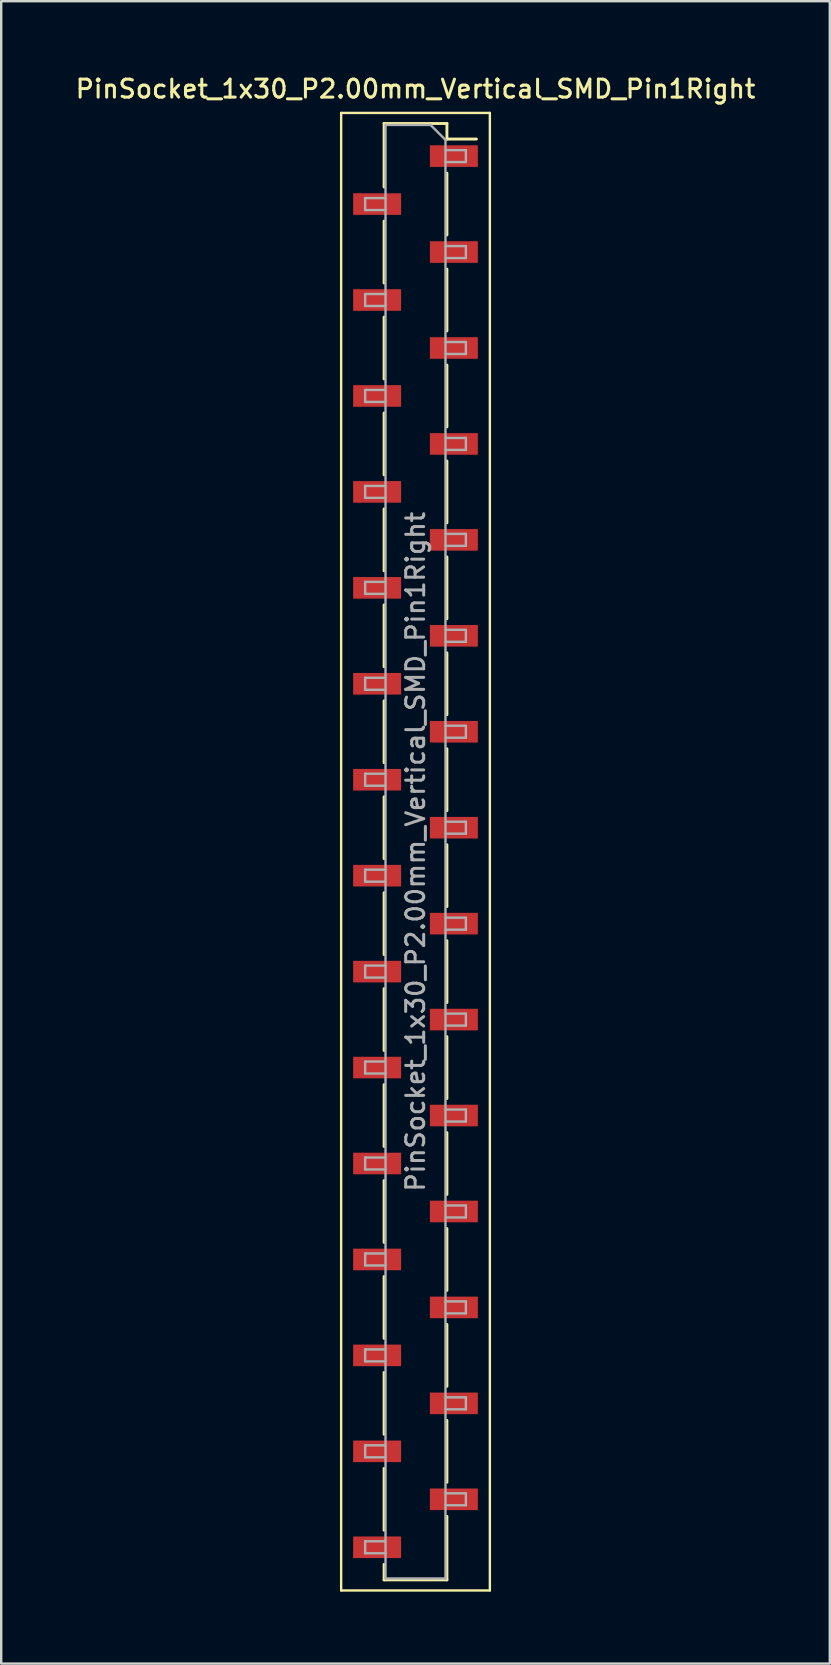
<source format=kicad_pcb>
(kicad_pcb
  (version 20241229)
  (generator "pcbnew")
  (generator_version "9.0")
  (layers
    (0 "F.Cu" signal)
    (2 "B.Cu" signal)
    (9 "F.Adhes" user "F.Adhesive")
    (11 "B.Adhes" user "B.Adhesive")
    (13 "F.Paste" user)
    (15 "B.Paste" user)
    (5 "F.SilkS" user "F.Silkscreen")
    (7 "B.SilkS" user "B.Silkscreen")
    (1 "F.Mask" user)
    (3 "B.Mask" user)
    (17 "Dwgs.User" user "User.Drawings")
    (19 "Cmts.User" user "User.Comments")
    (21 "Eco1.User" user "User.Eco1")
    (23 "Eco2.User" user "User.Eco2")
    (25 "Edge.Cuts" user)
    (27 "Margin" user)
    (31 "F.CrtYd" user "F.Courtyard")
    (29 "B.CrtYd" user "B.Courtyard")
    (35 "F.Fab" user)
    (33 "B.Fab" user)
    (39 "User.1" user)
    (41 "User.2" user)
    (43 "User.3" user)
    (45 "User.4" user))
  (footprint "PinSocket_1x30_P2.00mm_Vertical_SMD_Pin1Right"
    (layer "F.Cu")
    (at 14.273 32.458)
    (property "Reference" "PinSocket_1x30_P2.00mm_Vertical_SMD_Pin1Right" (at 0 -31.8 0) (layer "F.SilkS") (effects (font (size 0.75 0.75) (thickness 0.125))))
    (attr smd)
    (fp_line (start -3.1 -30.8) (end 3.1 -30.8) (stroke (width 0.1) (type solid)) (layer "F.SilkS"))
    (fp_line (start -3.1 30.8) (end -3.1 -30.8) (stroke (width 0.1) (type solid)) (layer "F.SilkS"))
    (fp_line (start -1.31 -30.36) (end -1.31 -27.71) (stroke (width 0.12) (type solid)) (layer "F.SilkS"))
    (fp_line (start -1.31 -30.36) (end 1.31 -30.36) (stroke (width 0.12) (type solid)) (layer "F.SilkS"))
    (fp_line (start -1.31 -26.29) (end -1.31 -23.71) (stroke (width 0.12) (type solid)) (layer "F.SilkS"))
    (fp_line (start -1.31 -22.29) (end -1.31 -19.71) (stroke (width 0.12) (type solid)) (layer "F.SilkS"))
    (fp_line (start -1.31 -18.29) (end -1.31 -15.71) (stroke (width 0.12) (type solid)) (layer "F.SilkS"))
    (fp_line (start -1.31 -14.29) (end -1.31 -11.71) (stroke (width 0.12) (type solid)) (layer "F.SilkS"))
    (fp_line (start -1.31 -10.29) (end -1.31 -7.71) (stroke (width 0.12) (type solid)) (layer "F.SilkS"))
    (fp_line (start -1.31 -6.29) (end -1.31 -3.71) (stroke (width 0.12) (type solid)) (layer "F.SilkS"))
    (fp_line (start -1.31 -2.29) (end -1.31 0.29) (stroke (width 0.12) (type solid)) (layer "F.SilkS"))
    (fp_line (start -1.31 1.71) (end -1.31 4.29) (stroke (width 0.12) (type solid)) (layer "F.SilkS"))
    (fp_line (start -1.31 5.71) (end -1.31 8.29) (stroke (width 0.12) (type solid)) (layer "F.SilkS"))
    (fp_line (start -1.31 9.71) (end -1.31 12.29) (stroke (width 0.12) (type solid)) (layer "F.SilkS"))
    (fp_line (start -1.31 13.71) (end -1.31 16.29) (stroke (width 0.12) (type solid)) (layer "F.SilkS"))
    (fp_line (start -1.31 17.71) (end -1.31 20.29) (stroke (width 0.12) (type solid)) (layer "F.SilkS"))
    (fp_line (start -1.31 21.71) (end -1.31 24.29) (stroke (width 0.12) (type solid)) (layer "F.SilkS"))
    (fp_line (start -1.31 25.71) (end -1.31 28.29) (stroke (width 0.12) (type solid)) (layer "F.SilkS"))
    (fp_line (start -1.31 29.71) (end -1.31 30.36) (stroke (width 0.12) (type solid)) (layer "F.SilkS"))
    (fp_line (start -1.31 30.36) (end 1.31 30.36) (stroke (width 0.12) (type solid)) (layer "F.SilkS"))
    (fp_line (start 1.31 -30.36) (end 1.31 -29.71) (stroke (width 0.12) (type solid)) (layer "F.SilkS"))
    (fp_line (start 1.31 -29.71) (end 2.54 -29.71) (stroke (width 0.12) (type solid)) (layer "F.SilkS"))
    (fp_line (start 1.31 -28.29) (end 1.31 -25.71) (stroke (width 0.12) (type solid)) (layer "F.SilkS"))
    (fp_line (start 1.31 -24.29) (end 1.31 -21.71) (stroke (width 0.12) (type solid)) (layer "F.SilkS"))
    (fp_line (start 1.31 -20.29) (end 1.31 -17.71) (stroke (width 0.12) (type solid)) (layer "F.SilkS"))
    (fp_line (start 1.31 -16.29) (end 1.31 -13.71) (stroke (width 0.12) (type solid)) (layer "F.SilkS"))
    (fp_line (start 1.31 -12.29) (end 1.31 -9.71) (stroke (width 0.12) (type solid)) (layer "F.SilkS"))
    (fp_line (start 1.31 -8.29) (end 1.31 -5.71) (stroke (width 0.12) (type solid)) (layer "F.SilkS"))
    (fp_line (start 1.31 -4.29) (end 1.31 -1.71) (stroke (width 0.12) (type solid)) (layer "F.SilkS"))
    (fp_line (start 1.31 -0.29) (end 1.31 2.29) (stroke (width 0.12) (type solid)) (layer "F.SilkS"))
    (fp_line (start 1.31 3.71) (end 1.31 6.29) (stroke (width 0.12) (type solid)) (layer "F.SilkS"))
    (fp_line (start 1.31 7.71) (end 1.31 10.29) (stroke (width 0.12) (type solid)) (layer "F.SilkS"))
    (fp_line (start 1.31 11.71) (end 1.31 14.29) (stroke (width 0.12) (type solid)) (layer "F.SilkS"))
    (fp_line (start 1.31 15.71) (end 1.31 18.29) (stroke (width 0.12) (type solid)) (layer "F.SilkS"))
    (fp_line (start 1.31 19.71) (end 1.31 22.29) (stroke (width 0.12) (type solid)) (layer "F.SilkS"))
    (fp_line (start 1.31 23.71) (end 1.31 26.29) (stroke (width 0.12) (type solid)) (layer "F.SilkS"))
    (fp_line (start 1.31 27.71) (end 1.31 30.36) (stroke (width 0.12) (type solid)) (layer "F.SilkS"))
    (fp_line (start 3.1 -30.8) (end 3.1 30.8) (stroke (width 0.1) (type solid)) (layer "F.SilkS"))
    (fp_line (start 3.1 30.8) (end -3.1 30.8) (stroke (width 0.1) (type solid)) (layer "F.SilkS"))
    (fp_line (start -2.1 -27.25) (end -1.25 -27.25) (stroke (width 0.1) (type solid)) (layer "F.Fab"))
    (fp_line (start -2.1 -26.75) (end -2.1 -27.25) (stroke (width 0.1) (type solid)) (layer "F.Fab"))
    (fp_line (start -2.1 -23.25) (end -1.25 -23.25) (stroke (width 0.1) (type solid)) (layer "F.Fab"))
    (fp_line (start -2.1 -22.75) (end -2.1 -23.25) (stroke (width 0.1) (type solid)) (layer "F.Fab"))
    (fp_line (start -2.1 -19.25) (end -1.25 -19.25) (stroke (width 0.1) (type solid)) (layer "F.Fab"))
    (fp_line (start -2.1 -18.75) (end -2.1 -19.25) (stroke (width 0.1) (type solid)) (layer "F.Fab"))
    (fp_line (start -2.1 -15.25) (end -1.25 -15.25) (stroke (width 0.1) (type solid)) (layer "F.Fab"))
    (fp_line (start -2.1 -14.75) (end -2.1 -15.25) (stroke (width 0.1) (type solid)) (layer "F.Fab"))
    (fp_line (start -2.1 -11.25) (end -1.25 -11.25) (stroke (width 0.1) (type solid)) (layer "F.Fab"))
    (fp_line (start -2.1 -10.75) (end -2.1 -11.25) (stroke (width 0.1) (type solid)) (layer "F.Fab"))
    (fp_line (start -2.1 -7.25) (end -1.25 -7.25) (stroke (width 0.1) (type solid)) (layer "F.Fab"))
    (fp_line (start -2.1 -6.75) (end -2.1 -7.25) (stroke (width 0.1) (type solid)) (layer "F.Fab"))
    (fp_line (start -2.1 -3.25) (end -1.25 -3.25) (stroke (width 0.1) (type solid)) (layer "F.Fab"))
    (fp_line (start -2.1 -2.75) (end -2.1 -3.25) (stroke (width 0.1) (type solid)) (layer "F.Fab"))
    (fp_line (start -2.1 0.75) (end -1.25 0.75) (stroke (width 0.1) (type solid)) (layer "F.Fab"))
    (fp_line (start -2.1 1.25) (end -2.1 0.75) (stroke (width 0.1) (type solid)) (layer "F.Fab"))
    (fp_line (start -2.1 4.75) (end -1.25 4.75) (stroke (width 0.1) (type solid)) (layer "F.Fab"))
    (fp_line (start -2.1 5.25) (end -2.1 4.75) (stroke (width 0.1) (type solid)) (layer "F.Fab"))
    (fp_line (start -2.1 8.75) (end -1.25 8.75) (stroke (width 0.1) (type solid)) (layer "F.Fab"))
    (fp_line (start -2.1 9.25) (end -2.1 8.75) (stroke (width 0.1) (type solid)) (layer "F.Fab"))
    (fp_line (start -2.1 12.75) (end -1.25 12.75) (stroke (width 0.1) (type solid)) (layer "F.Fab"))
    (fp_line (start -2.1 13.25) (end -2.1 12.75) (stroke (width 0.1) (type solid)) (layer "F.Fab"))
    (fp_line (start -2.1 16.75) (end -1.25 16.75) (stroke (width 0.1) (type solid)) (layer "F.Fab"))
    (fp_line (start -2.1 17.25) (end -2.1 16.75) (stroke (width 0.1) (type solid)) (layer "F.Fab"))
    (fp_line (start -2.1 20.75) (end -1.25 20.75) (stroke (width 0.1) (type solid)) (layer "F.Fab"))
    (fp_line (start -2.1 21.25) (end -2.1 20.75) (stroke (width 0.1) (type solid)) (layer "F.Fab"))
    (fp_line (start -2.1 24.75) (end -1.25 24.75) (stroke (width 0.1) (type solid)) (layer "F.Fab"))
    (fp_line (start -2.1 25.25) (end -2.1 24.75) (stroke (width 0.1) (type solid)) (layer "F.Fab"))
    (fp_line (start -2.1 28.75) (end -1.25 28.75) (stroke (width 0.1) (type solid)) (layer "F.Fab"))
    (fp_line (start -2.1 29.25) (end -2.1 28.75) (stroke (width 0.1) (type solid)) (layer "F.Fab"))
    (fp_line (start -1.25 -30.3) (end 0.625 -30.3) (stroke (width 0.1) (type solid)) (layer "F.Fab"))
    (fp_line (start -1.25 -26.75) (end -2.1 -26.75) (stroke (width 0.1) (type solid)) (layer "F.Fab"))
    (fp_line (start -1.25 -22.75) (end -2.1 -22.75) (stroke (width 0.1) (type solid)) (layer "F.Fab"))
    (fp_line (start -1.25 -18.75) (end -2.1 -18.75) (stroke (width 0.1) (type solid)) (layer "F.Fab"))
    (fp_line (start -1.25 -14.75) (end -2.1 -14.75) (stroke (width 0.1) (type solid)) (layer "F.Fab"))
    (fp_line (start -1.25 -10.75) (end -2.1 -10.75) (stroke (width 0.1) (type solid)) (layer "F.Fab"))
    (fp_line (start -1.25 -6.75) (end -2.1 -6.75) (stroke (width 0.1) (type solid)) (layer "F.Fab"))
    (fp_line (start -1.25 -2.75) (end -2.1 -2.75) (stroke (width 0.1) (type solid)) (layer "F.Fab"))
    (fp_line (start -1.25 1.25) (end -2.1 1.25) (stroke (width 0.1) (type solid)) (layer "F.Fab"))
    (fp_line (start -1.25 5.25) (end -2.1 5.25) (stroke (width 0.1) (type solid)) (layer "F.Fab"))
    (fp_line (start -1.25 9.25) (end -2.1 9.25) (stroke (width 0.1) (type solid)) (layer "F.Fab"))
    (fp_line (start -1.25 13.25) (end -2.1 13.25) (stroke (width 0.1) (type solid)) (layer "F.Fab"))
    (fp_line (start -1.25 17.25) (end -2.1 17.25) (stroke (width 0.1) (type solid)) (layer "F.Fab"))
    (fp_line (start -1.25 21.25) (end -2.1 21.25) (stroke (width 0.1) (type solid)) (layer "F.Fab"))
    (fp_line (start -1.25 25.25) (end -2.1 25.25) (stroke (width 0.1) (type solid)) (layer "F.Fab"))
    (fp_line (start -1.25 29.25) (end -2.1 29.25) (stroke (width 0.1) (type solid)) (layer "F.Fab"))
    (fp_line (start -1.25 30.3) (end -1.25 -30.3) (stroke (width 0.1) (type solid)) (layer "F.Fab"))
    (fp_line (start 0.625 -30.3) (end 1.25 -29.675) (stroke (width 0.1) (type solid)) (layer "F.Fab"))
    (fp_line (start 1.25 -29.675) (end 1.25 30.3) (stroke (width 0.1) (type solid)) (layer "F.Fab"))
    (fp_line (start 1.25 -29.25) (end 2.1 -29.25) (stroke (width 0.1) (type solid)) (layer "F.Fab"))
    (fp_line (start 1.25 -25.25) (end 2.1 -25.25) (stroke (width 0.1) (type solid)) (layer "F.Fab"))
    (fp_line (start 1.25 -21.25) (end 2.1 -21.25) (stroke (width 0.1) (type solid)) (layer "F.Fab"))
    (fp_line (start 1.25 -17.25) (end 2.1 -17.25) (stroke (width 0.1) (type solid)) (layer "F.Fab"))
    (fp_line (start 1.25 -13.25) (end 2.1 -13.25) (stroke (width 0.1) (type solid)) (layer "F.Fab"))
    (fp_line (start 1.25 -9.25) (end 2.1 -9.25) (stroke (width 0.1) (type solid)) (layer "F.Fab"))
    (fp_line (start 1.25 -5.25) (end 2.1 -5.25) (stroke (width 0.1) (type solid)) (layer "F.Fab"))
    (fp_line (start 1.25 -1.25) (end 2.1 -1.25) (stroke (width 0.1) (type solid)) (layer "F.Fab"))
    (fp_line (start 1.25 2.75) (end 2.1 2.75) (stroke (width 0.1) (type solid)) (layer "F.Fab"))
    (fp_line (start 1.25 6.75) (end 2.1 6.75) (stroke (width 0.1) (type solid)) (layer "F.Fab"))
    (fp_line (start 1.25 10.75) (end 2.1 10.75) (stroke (width 0.1) (type solid)) (layer "F.Fab"))
    (fp_line (start 1.25 14.75) (end 2.1 14.75) (stroke (width 0.1) (type solid)) (layer "F.Fab"))
    (fp_line (start 1.25 18.75) (end 2.1 18.75) (stroke (width 0.1) (type solid)) (layer "F.Fab"))
    (fp_line (start 1.25 22.75) (end 2.1 22.75) (stroke (width 0.1) (type solid)) (layer "F.Fab"))
    (fp_line (start 1.25 26.75) (end 2.1 26.75) (stroke (width 0.1) (type solid)) (layer "F.Fab"))
    (fp_line (start 1.25 30.3) (end -1.25 30.3) (stroke (width 0.1) (type solid)) (layer "F.Fab"))
    (fp_line (start 2.1 -29.25) (end 2.1 -28.75) (stroke (width 0.1) (type solid)) (layer "F.Fab"))
    (fp_line (start 2.1 -28.75) (end 1.25 -28.75) (stroke (width 0.1) (type solid)) (layer "F.Fab"))
    (fp_line (start 2.1 -25.25) (end 2.1 -24.75) (stroke (width 0.1) (type solid)) (layer "F.Fab"))
    (fp_line (start 2.1 -24.75) (end 1.25 -24.75) (stroke (width 0.1) (type solid)) (layer "F.Fab"))
    (fp_line (start 2.1 -21.25) (end 2.1 -20.75) (stroke (width 0.1) (type solid)) (layer "F.Fab"))
    (fp_line (start 2.1 -20.75) (end 1.25 -20.75) (stroke (width 0.1) (type solid)) (layer "F.Fab"))
    (fp_line (start 2.1 -17.25) (end 2.1 -16.75) (stroke (width 0.1) (type solid)) (layer "F.Fab"))
    (fp_line (start 2.1 -16.75) (end 1.25 -16.75) (stroke (width 0.1) (type solid)) (layer "F.Fab"))
    (fp_line (start 2.1 -13.25) (end 2.1 -12.75) (stroke (width 0.1) (type solid)) (layer "F.Fab"))
    (fp_line (start 2.1 -12.75) (end 1.25 -12.75) (stroke (width 0.1) (type solid)) (layer "F.Fab"))
    (fp_line (start 2.1 -9.25) (end 2.1 -8.75) (stroke (width 0.1) (type solid)) (layer "F.Fab"))
    (fp_line (start 2.1 -8.75) (end 1.25 -8.75) (stroke (width 0.1) (type solid)) (layer "F.Fab"))
    (fp_line (start 2.1 -5.25) (end 2.1 -4.75) (stroke (width 0.1) (type solid)) (layer "F.Fab"))
    (fp_line (start 2.1 -4.75) (end 1.25 -4.75) (stroke (width 0.1) (type solid)) (layer "F.Fab"))
    (fp_line (start 2.1 -1.25) (end 2.1 -0.75) (stroke (width 0.1) (type solid)) (layer "F.Fab"))
    (fp_line (start 2.1 -0.75) (end 1.25 -0.75) (stroke (width 0.1) (type solid)) (layer "F.Fab"))
    (fp_line (start 2.1 2.75) (end 2.1 3.25) (stroke (width 0.1) (type solid)) (layer "F.Fab"))
    (fp_line (start 2.1 3.25) (end 1.25 3.25) (stroke (width 0.1) (type solid)) (layer "F.Fab"))
    (fp_line (start 2.1 6.75) (end 2.1 7.25) (stroke (width 0.1) (type solid)) (layer "F.Fab"))
    (fp_line (start 2.1 7.25) (end 1.25 7.25) (stroke (width 0.1) (type solid)) (layer "F.Fab"))
    (fp_line (start 2.1 10.75) (end 2.1 11.25) (stroke (width 0.1) (type solid)) (layer "F.Fab"))
    (fp_line (start 2.1 11.25) (end 1.25 11.25) (stroke (width 0.1) (type solid)) (layer "F.Fab"))
    (fp_line (start 2.1 14.75) (end 2.1 15.25) (stroke (width 0.1) (type solid)) (layer "F.Fab"))
    (fp_line (start 2.1 15.25) (end 1.25 15.25) (stroke (width 0.1) (type solid)) (layer "F.Fab"))
    (fp_line (start 2.1 18.75) (end 2.1 19.25) (stroke (width 0.1) (type solid)) (layer "F.Fab"))
    (fp_line (start 2.1 19.25) (end 1.25 19.25) (stroke (width 0.1) (type solid)) (layer "F.Fab"))
    (fp_line (start 2.1 22.75) (end 2.1 23.25) (stroke (width 0.1) (type solid)) (layer "F.Fab"))
    (fp_line (start 2.1 23.25) (end 1.25 23.25) (stroke (width 0.1) (type solid)) (layer "F.Fab"))
    (fp_line (start 2.1 26.75) (end 2.1 27.25) (stroke (width 0.1) (type solid)) (layer "F.Fab"))
    (fp_line (start 2.1 27.25) (end 1.25 27.25) (stroke (width 0.1) (type solid)) (layer "F.Fab"))
    (fp_text user "${REFERENCE}" (at 0 0 90) (layer "F.Fab") (effects (font (size 0.75 0.75) (thickness 0.125))))
    (pad "1" smd rect (at 1.6 -29) (size 2 0.9) (layers "F.Cu" "F.Mask" "F.Paste"))
    (pad "2" smd rect (at -1.6 -27) (size 2 0.9) (layers "F.Cu" "F.Mask" "F.Paste"))
    (pad "3" smd rect (at 1.6 -25) (size 2 0.9) (layers "F.Cu" "F.Mask" "F.Paste"))
    (pad "4" smd rect (at -1.6 -23) (size 2 0.9) (layers "F.Cu" "F.Mask" "F.Paste"))
    (pad "5" smd rect (at 1.6 -21) (size 2 0.9) (layers "F.Cu" "F.Mask" "F.Paste"))
    (pad "6" smd rect (at -1.6 -19) (size 2 0.9) (layers "F.Cu" "F.Mask" "F.Paste"))
    (pad "7" smd rect (at 1.6 -17) (size 2 0.9) (layers "F.Cu" "F.Mask" "F.Paste"))
    (pad "8" smd rect (at -1.6 -15) (size 2 0.9) (layers "F.Cu" "F.Mask" "F.Paste"))
    (pad "9" smd rect (at 1.6 -13) (size 2 0.9) (layers "F.Cu" "F.Mask" "F.Paste"))
    (pad "10" smd rect (at -1.6 -11) (size 2 0.9) (layers "F.Cu" "F.Mask" "F.Paste"))
    (pad "11" smd rect (at 1.6 -9) (size 2 0.9) (layers "F.Cu" "F.Mask" "F.Paste"))
    (pad "12" smd rect (at -1.6 -7) (size 2 0.9) (layers "F.Cu" "F.Mask" "F.Paste"))
    (pad "13" smd rect (at 1.6 -5) (size 2 0.9) (layers "F.Cu" "F.Mask" "F.Paste"))
    (pad "14" smd rect (at -1.6 -3) (size 2 0.9) (layers "F.Cu" "F.Mask" "F.Paste"))
    (pad "15" smd rect (at 1.6 -1) (size 2 0.9) (layers "F.Cu" "F.Mask" "F.Paste"))
    (pad "16" smd rect (at -1.6 1) (size 2 0.9) (layers "F.Cu" "F.Mask" "F.Paste"))
    (pad "17" smd rect (at 1.6 3) (size 2 0.9) (layers "F.Cu" "F.Mask" "F.Paste"))
    (pad "18" smd rect (at -1.6 5) (size 2 0.9) (layers "F.Cu" "F.Mask" "F.Paste"))
    (pad "19" smd rect (at 1.6 7) (size 2 0.9) (layers "F.Cu" "F.Mask" "F.Paste"))
    (pad "20" smd rect (at -1.6 9) (size 2 0.9) (layers "F.Cu" "F.Mask" "F.Paste"))
    (pad "21" smd rect (at 1.6 11) (size 2 0.9) (layers "F.Cu" "F.Mask" "F.Paste"))
    (pad "22" smd rect (at -1.6 13) (size 2 0.9) (layers "F.Cu" "F.Mask" "F.Paste"))
    (pad "23" smd rect (at 1.6 15) (size 2 0.9) (layers "F.Cu" "F.Mask" "F.Paste"))
    (pad "24" smd rect (at -1.6 17) (size 2 0.9) (layers "F.Cu" "F.Mask" "F.Paste"))
    (pad "25" smd rect (at 1.6 19) (size 2 0.9) (layers "F.Cu" "F.Mask" "F.Paste"))
    (pad "26" smd rect (at -1.6 21) (size 2 0.9) (layers "F.Cu" "F.Mask" "F.Paste"))
    (pad "27" smd rect (at 1.6 23) (size 2 0.9) (layers "F.Cu" "F.Mask" "F.Paste"))
    (pad "28" smd rect (at -1.6 25) (size 2 0.9) (layers "F.Cu" "F.Mask" "F.Paste"))
    (pad "29" smd rect (at 1.6 27) (size 2 0.9) (layers "F.Cu" "F.Mask" "F.Paste"))
    (pad "30" smd rect (at -1.6 29) (size 2 0.9) (layers "F.Cu" "F.Mask" "F.Paste")))
  (gr_rect
    (start -3 -3)
    (end 31.546 66.308)
    (stroke (width 0.1) (type default))
    (fill no)
    (layer "Edge.Cuts")))
</source>
